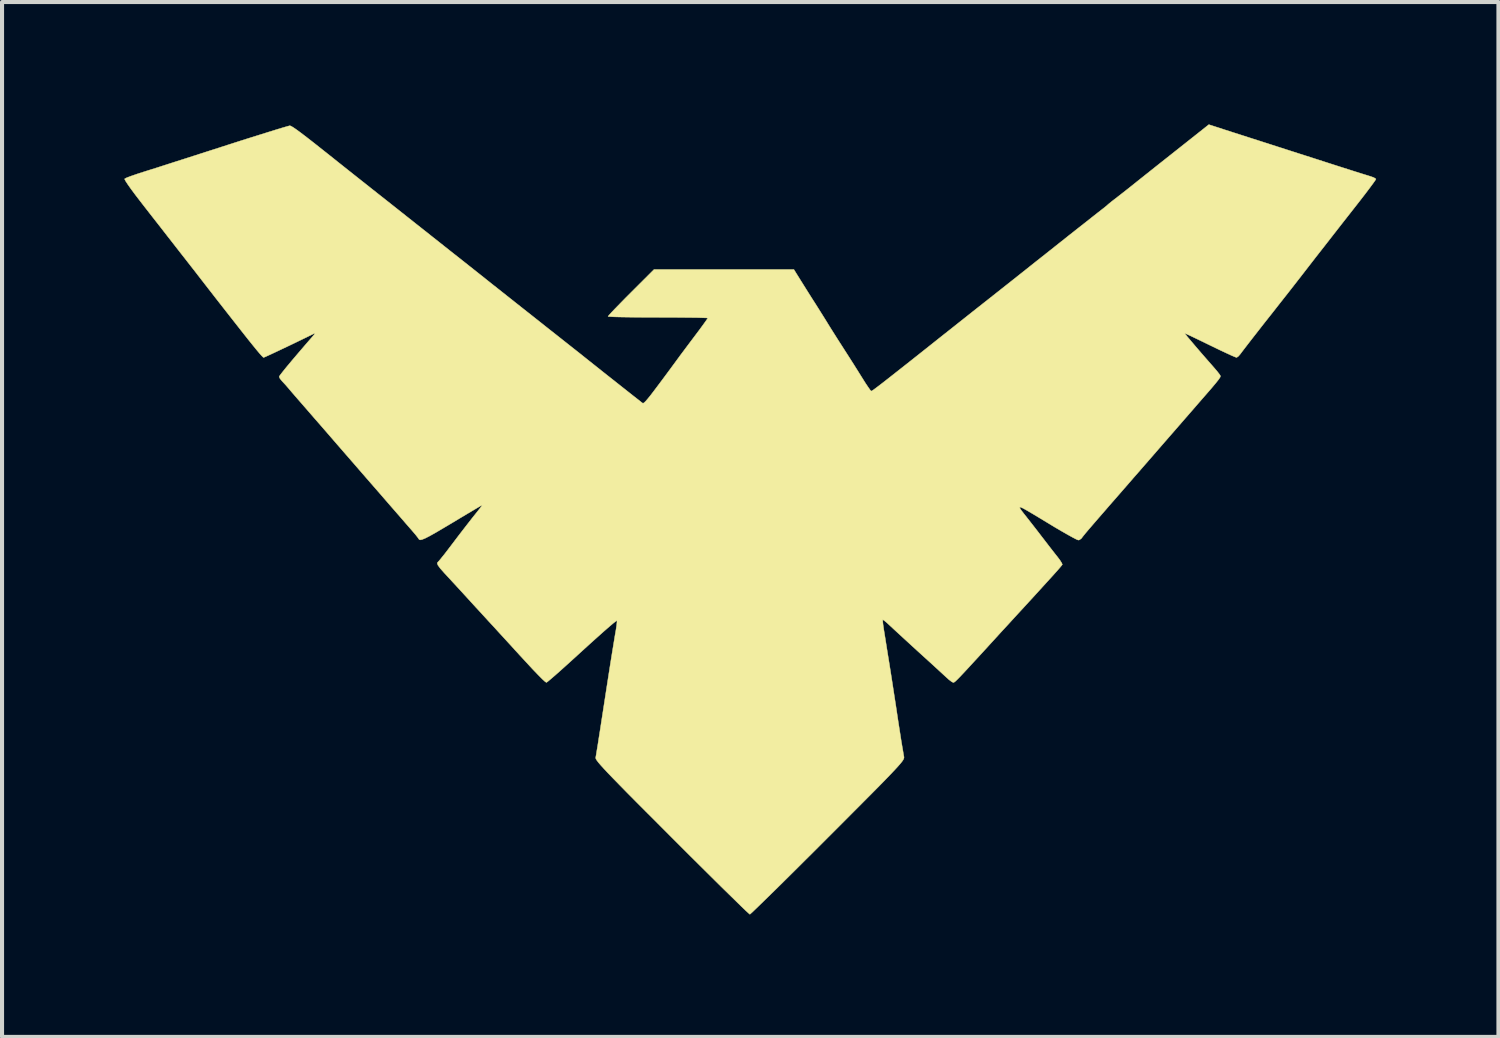
<source format=kicad_pcb>
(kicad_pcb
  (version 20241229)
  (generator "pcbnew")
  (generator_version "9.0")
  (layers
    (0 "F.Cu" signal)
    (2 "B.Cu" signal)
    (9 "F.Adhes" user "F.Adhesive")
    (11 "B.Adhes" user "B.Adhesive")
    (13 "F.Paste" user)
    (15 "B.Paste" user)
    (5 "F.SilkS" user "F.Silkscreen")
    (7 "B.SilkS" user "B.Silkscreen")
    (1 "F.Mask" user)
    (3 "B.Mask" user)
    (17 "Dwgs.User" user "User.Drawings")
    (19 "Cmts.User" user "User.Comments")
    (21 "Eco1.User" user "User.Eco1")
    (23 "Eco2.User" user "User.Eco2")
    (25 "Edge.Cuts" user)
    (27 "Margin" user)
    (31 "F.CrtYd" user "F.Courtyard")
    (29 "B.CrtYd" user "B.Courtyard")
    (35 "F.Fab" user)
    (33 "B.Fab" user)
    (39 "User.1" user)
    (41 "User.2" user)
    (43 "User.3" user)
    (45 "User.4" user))
  (footprint "nightwing"
    (layer "F.Cu")
    (at 15.288 9.367)
    (property "Reference" "nightwing" (at 0 0 0) (layer "F.SilkS") (effects (font (size 1.524 1.524) (thickness 0.3))))
    (attr through_hole)
    (fp_poly (pts (xy 11.485 -9.303) (xy 11.563 -9.278) (xy 11.691 -9.236) (xy 11.861 -9.181) (xy 12.062 -9.117) (xy 12.285 -9.045) (xy 12.52 -8.97) (xy 12.557 -8.958) (xy 12.843 -8.866) (xy 13.164 -8.763) (xy 13.499 -8.655) (xy 13.828 -8.55) (xy 14.129 -8.453) (xy 14.287 -8.402) (xy 14.515 -8.329) (xy 14.728 -8.261) (xy 14.92 -8.2) (xy 15.079 -8.15) (xy 15.196 -8.114) (xy 15.263 -8.093) (xy 15.264 -8.093) (xy 15.345 -8.064) (xy 15.393 -8.035) (xy 15.399 -8.025) (xy 15.38 -7.993) (xy 15.327 -7.918) (xy 15.245 -7.807) (xy 15.139 -7.667) (xy 15.015 -7.506) (xy 14.897 -7.355) (xy 14.719 -7.128) (xy 14.527 -6.883) (xy 14.329 -6.629) (xy 14.132 -6.376) (xy 13.943 -6.135) (xy 13.772 -5.914) (xy 13.624 -5.723) (xy 13.51 -5.576) (xy 13.473 -5.529) (xy 13.434 -5.478) (xy 13.386 -5.417) (xy 13.327 -5.341) (xy 13.251 -5.244) (xy 13.154 -5.121) (xy 13.032 -4.966) (xy 12.881 -4.773) (xy 12.695 -4.538) (xy 12.636 -4.463) (xy 12.498 -4.286) (xy 12.369 -4.121) (xy 12.256 -3.975) (xy 12.166 -3.858) (xy 12.104 -3.777) (xy 12.081 -3.745) (xy 12.029 -3.683) (xy 11.985 -3.652) (xy 11.981 -3.652) (xy 11.943 -3.665) (xy 11.856 -3.702) (xy 11.731 -3.76) (xy 11.575 -3.833) (xy 11.398 -3.919) (xy 11.331 -3.951) (xy 11.151 -4.039) (xy 10.991 -4.116) (xy 10.859 -4.179) (xy 10.765 -4.222) (xy 10.716 -4.243) (xy 10.711 -4.245) (xy 10.729 -4.219) (xy 10.782 -4.153) (xy 10.867 -4.053) (xy 10.976 -3.924) (xy 11.104 -3.775) (xy 11.246 -3.612) (xy 11.396 -3.441) (xy 11.434 -3.397) (xy 11.509 -3.309) (xy 11.564 -3.238) (xy 11.588 -3.198) (xy 11.589 -3.196) (xy 11.577 -3.164) (xy 11.539 -3.108) (xy 11.469 -3.02) (xy 11.364 -2.895) (xy 11.307 -2.829) (xy 11.245 -2.758) (xy 11.151 -2.65) (xy 11.03 -2.511) (xy 10.888 -2.347) (xy 10.731 -2.167) (xy 10.566 -1.977) (xy 10.399 -1.785) (xy 10.235 -1.597) (xy 10.082 -1.421) (xy 9.945 -1.263) (xy 9.83 -1.131) (xy 9.743 -1.031) (xy 9.692 -0.972) (xy 9.688 -0.968) (xy 9.63 -0.901) (xy 9.545 -0.803) (xy 9.446 -0.691) (xy 9.398 -0.635) (xy 9.266 -0.483) (xy 9.165 -0.367) (xy 9.084 -0.274) (xy 9.011 -0.19) (xy 8.936 -0.105) (xy 8.848 -0.004) (xy 8.775 0.081) (xy 8.599 0.283) (xy 8.46 0.444) (xy 8.355 0.566) (xy 8.278 0.657) (xy 8.227 0.72) (xy 8.195 0.761) (xy 8.182 0.781) (xy 8.131 0.82) (xy 8.102 0.826) (xy 8.06 0.81) (xy 7.973 0.765) (xy 7.848 0.696) (xy 7.694 0.608) (xy 7.52 0.506) (xy 7.413 0.441) (xy 7.175 0.297) (xy 6.987 0.184) (xy 6.846 0.101) (xy 6.748 0.046) (xy 6.688 0.02) (xy 6.664 0.021) (xy 6.671 0.047) (xy 6.704 0.097) (xy 6.761 0.171) (xy 6.837 0.267) (xy 6.847 0.28) (xy 6.964 0.429) (xy 7.087 0.587) (xy 7.199 0.733) (xy 7.271 0.826) (xy 7.371 0.957) (xy 7.477 1.093) (xy 7.568 1.209) (xy 7.583 1.227) (xy 7.65 1.316) (xy 7.695 1.387) (xy 7.71 1.425) (xy 7.71 1.425) (xy 7.685 1.458) (xy 7.627 1.527) (xy 7.543 1.622) (xy 7.445 1.731) (xy 7.337 1.849) (xy 7.238 1.958) (xy 7.159 2.045) (xy 7.116 2.092) (xy 7.066 2.147) (xy 6.984 2.237) (xy 6.881 2.349) (xy 6.769 2.471) (xy 6.764 2.477) (xy 6.663 2.586) (xy 6.529 2.732) (xy 6.372 2.904) (xy 6.201 3.089) (xy 6.028 3.279) (xy 5.92 3.397) (xy 5.707 3.63) (xy 5.532 3.82) (xy 5.393 3.971) (xy 5.283 4.089) (xy 5.2 4.177) (xy 5.139 4.239) (xy 5.097 4.28) (xy 5.068 4.304) (xy 5.049 4.315) (xy 5.036 4.318) (xy 5.035 4.318) (xy 4.994 4.297) (xy 4.926 4.245) (xy 4.874 4.198) (xy 4.813 4.142) (xy 4.714 4.051) (xy 4.586 3.933) (xy 4.437 3.797) (xy 4.276 3.651) (xy 4.207 3.588) (xy 4.04 3.436) (xy 3.878 3.287) (xy 3.73 3.151) (xy 3.606 3.037) (xy 3.516 2.953) (xy 3.493 2.932) (xy 3.409 2.854) (xy 3.344 2.8) (xy 3.31 2.778) (xy 3.307 2.778) (xy 3.306 2.813) (xy 3.314 2.893) (xy 3.33 3.002) (xy 3.33 3.006) (xy 3.347 3.109) (xy 3.371 3.259) (xy 3.4 3.442) (xy 3.432 3.643) (xy 3.46 3.814) (xy 3.498 4.052) (xy 3.541 4.327) (xy 3.585 4.613) (xy 3.627 4.884) (xy 3.65 5.037) (xy 3.681 5.244) (xy 3.712 5.443) (xy 3.74 5.621) (xy 3.762 5.763) (xy 3.778 5.856) (xy 3.778 5.858) (xy 3.799 5.979) (xy 3.817 6.088) (xy 3.827 6.142) (xy 3.828 6.161) (xy 3.822 6.184) (xy 3.808 6.213) (xy 3.782 6.252) (xy 3.741 6.303) (xy 3.683 6.37) (xy 3.605 6.455) (xy 3.504 6.562) (xy 3.377 6.694) (xy 3.222 6.853) (xy 3.035 7.042) (xy 2.814 7.264) (xy 2.556 7.523) (xy 2.259 7.821) (xy 1.961 8.119) (xy 1.675 8.406) (xy 1.4 8.679) (xy 1.142 8.936) (xy 0.903 9.173) (xy 0.686 9.387) (xy 0.495 9.574) (xy 0.334 9.731) (xy 0.205 9.856) (xy 0.113 9.944) (xy 0.059 9.993) (xy 0.048 10.001) (xy 0.021 9.979) (xy -0.048 9.916) (xy -0.154 9.814) (xy -0.295 9.676) (xy -0.468 9.507) (xy -0.669 9.31) (xy -0.894 9.087) (xy -1.141 8.842) (xy -1.406 8.579) (xy -1.685 8.3) (xy -1.868 8.117) (xy -2.205 7.779) (xy -2.501 7.483) (xy -2.757 7.226) (xy -2.976 7.005) (xy -3.16 6.817) (xy -3.313 6.66) (xy -3.438 6.53) (xy -3.536 6.425) (xy -3.611 6.342) (xy -3.666 6.278) (xy -3.702 6.23) (xy -3.724 6.195) (xy -3.732 6.171) (xy -3.732 6.157) (xy -3.723 6.107) (xy -3.706 6.002) (xy -3.681 5.852) (xy -3.652 5.665) (xy -3.618 5.45) (xy -3.582 5.214) (xy -3.571 5.144) (xy -3.5 4.684) (xy -3.436 4.27) (xy -3.379 3.905) (xy -3.329 3.593) (xy -3.287 3.335) (xy -3.254 3.134) (xy -3.235 3.026) (xy -3.219 2.919) (xy -3.21 2.836) (xy -3.211 2.8) (xy -3.236 2.814) (xy -3.303 2.866) (xy -3.405 2.953) (xy -3.538 3.069) (xy -3.696 3.21) (xy -3.875 3.371) (xy -4.064 3.543) (xy -4.259 3.721) (xy -4.439 3.884) (xy -4.6 4.029) (xy -4.736 4.149) (xy -4.842 4.24) (xy -4.912 4.298) (xy -4.94 4.317) (xy -4.972 4.297) (xy -5.04 4.235) (xy -5.144 4.13) (xy -5.287 3.981) (xy -5.468 3.785) (xy -5.604 3.638) (xy -5.635 3.603) (xy -5.702 3.531) (xy -5.794 3.429) (xy -5.905 3.308) (xy -5.969 3.238) (xy -6.085 3.112) (xy -6.185 3.002) (xy -6.262 2.918) (xy -6.309 2.868) (xy -6.318 2.857) (xy -6.344 2.83) (xy -6.405 2.763) (xy -6.493 2.667) (xy -6.601 2.549) (xy -6.668 2.477) (xy -6.845 2.283) (xy -6.991 2.123) (xy -7.117 1.986) (xy -7.235 1.858) (xy -7.355 1.728) (xy -7.441 1.635) (xy -7.544 1.519) (xy -7.602 1.439) (xy -7.618 1.388) (xy -7.597 1.36) (xy -7.596 1.36) (xy -7.57 1.332) (xy -7.513 1.262) (xy -7.431 1.16) (xy -7.334 1.033) (xy -7.273 0.953) (xy -7.079 0.697) (xy -6.913 0.482) (xy -6.766 0.293) (xy -6.628 0.12) (xy -6.602 0.087) (xy -6.548 0.019) (xy -6.519 -0.024) (xy -6.517 -0.032) (xy -6.546 -0.016) (xy -6.623 0.028) (xy -6.739 0.097) (xy -6.888 0.185) (xy -7.062 0.289) (xy -7.241 0.397) (xy -7.475 0.536) (xy -7.66 0.645) (xy -7.803 0.725) (xy -7.908 0.779) (xy -7.983 0.81) (xy -8.031 0.821) (xy -8.059 0.813) (xy -8.07 0.798) (xy -8.095 0.762) (xy -8.15 0.692) (xy -8.226 0.603) (xy -8.243 0.583) (xy -8.294 0.525) (xy -8.382 0.424) (xy -8.503 0.284) (xy -8.653 0.112) (xy -8.827 -0.088) (xy -9.021 -0.312) (xy -9.231 -0.553) (xy -9.452 -0.807) (xy -9.619 -1) (xy -9.846 -1.261) (xy -10.064 -1.512) (xy -10.27 -1.75) (xy -10.459 -1.968) (xy -10.628 -2.161) (xy -10.77 -2.325) (xy -10.883 -2.455) (xy -10.962 -2.546) (xy -10.996 -2.585) (xy -11.091 -2.694) (xy -11.183 -2.801) (xy -11.254 -2.884) (xy -11.255 -2.886) (xy -11.331 -2.974) (xy -11.405 -3.054) (xy -11.422 -3.072) (xy -11.472 -3.133) (xy -11.493 -3.179) (xy -11.493 -3.18) (xy -11.473 -3.215) (xy -11.412 -3.294) (xy -11.315 -3.415) (xy -11.183 -3.573) (xy -11.019 -3.766) (xy -10.826 -3.991) (xy -10.655 -4.188) (xy -10.619 -4.235) (xy -10.617 -4.25) (xy -10.62 -4.248) (xy -10.707 -4.204) (xy -10.83 -4.144) (xy -10.977 -4.073) (xy -11.14 -3.994) (xy -11.307 -3.914) (xy -11.47 -3.837) (xy -11.618 -3.767) (xy -11.741 -3.71) (xy -11.829 -3.67) (xy -11.872 -3.652) (xy -11.874 -3.651) (xy -11.89 -3.662) (xy -11.923 -3.695) (xy -11.975 -3.753) (xy -12.047 -3.839) (xy -12.142 -3.956) (xy -12.262 -4.105) (xy -12.408 -4.29) (xy -12.584 -4.514) (xy -12.791 -4.778) (xy -13.032 -5.086) (xy -13.307 -5.44) (xy -13.494 -5.681) (xy -13.557 -5.763) (xy -13.652 -5.884) (xy -13.768 -6.033) (xy -13.898 -6.199) (xy -14.033 -6.372) (xy -14.055 -6.401) (xy -14.218 -6.609) (xy -14.402 -6.846) (xy -14.593 -7.09) (xy -14.774 -7.322) (xy -14.891 -7.473) (xy -15.013 -7.632) (xy -15.119 -7.774) (xy -15.202 -7.892) (xy -15.259 -7.979) (xy -15.283 -8.026) (xy -15.282 -8.032) (xy -15.234 -8.058) (xy -15.129 -8.098) (xy -14.967 -8.154) (xy -14.745 -8.225) (xy -14.7 -8.239) (xy -14.624 -8.263) (xy -14.493 -8.304) (xy -14.316 -8.361) (xy -14.099 -8.431) (xy -13.848 -8.511) (xy -13.571 -8.6) (xy -13.273 -8.696) (xy -12.963 -8.795) (xy -12.875 -8.824) (xy -12.57 -8.922) (xy -12.282 -9.014) (xy -12.016 -9.097) (xy -11.78 -9.171) (xy -11.578 -9.234) (xy -11.417 -9.283) (xy -11.303 -9.316) (xy -11.24 -9.333) (xy -11.231 -9.335) (xy -11.203 -9.325) (xy -11.151 -9.295) (xy -11.072 -9.241) (xy -10.963 -9.161) (xy -10.82 -9.052) (xy -10.639 -8.911) (xy -10.418 -8.736) (xy -10.152 -8.525) (xy -10.069 -8.458) (xy -9.969 -8.379) (xy -9.832 -8.27) (xy -9.668 -8.14) (xy -9.49 -7.999) (xy -9.309 -7.856) (xy -9.268 -7.823) (xy -9.087 -7.68) (xy -8.869 -7.508) (xy -8.63 -7.319) (xy -8.384 -7.124) (xy -8.144 -6.934) (xy -7.968 -6.795) (xy -7.755 -6.626) (xy -7.536 -6.453) (xy -7.322 -6.283) (xy -7.124 -6.127) (xy -6.953 -5.992) (xy -6.827 -5.892) (xy -6.543 -5.667) (xy -6.301 -5.474) (xy -6.092 -5.309) (xy -5.908 -5.163) (xy -5.741 -5.031) (xy -5.582 -4.905) (xy -5.424 -4.78) (xy -5.259 -4.65) (xy -5.077 -4.506) (xy -4.94 -4.397) (xy -4.733 -4.234) (xy -4.523 -4.068) (xy -4.322 -3.909) (xy -4.138 -3.764) (xy -3.984 -3.641) (xy -3.877 -3.556) (xy -3.751 -3.456) (xy -3.602 -3.337) (xy -3.439 -3.208) (xy -3.269 -3.074) (xy -3.101 -2.941) (xy -2.944 -2.817) (xy -2.805 -2.707) (xy -2.692 -2.619) (xy -2.614 -2.557) (xy -2.581 -2.532) (xy -2.567 -2.53) (xy -2.545 -2.543) (xy -2.511 -2.575) (xy -2.462 -2.631) (xy -2.395 -2.713) (xy -2.307 -2.828) (xy -2.194 -2.978) (xy -2.053 -3.167) (xy -1.88 -3.401) (xy -1.708 -3.635) (xy -1.657 -3.705) (xy -1.576 -3.813) (xy -1.476 -3.947) (xy -1.364 -4.096) (xy -1.3 -4.181) (xy -1.194 -4.322) (xy -1.104 -4.445) (xy -1.035 -4.541) (xy -0.993 -4.601) (xy -0.984 -4.618) (xy -1.015 -4.622) (xy -1.102 -4.625) (xy -1.239 -4.629) (xy -1.419 -4.631) (xy -1.635 -4.633) (xy -1.881 -4.635) (xy -2.148 -4.635) (xy -2.207 -4.636) (xy -2.478 -4.636) (xy -2.729 -4.638) (xy -2.952 -4.641) (xy -3.14 -4.644) (xy -3.286 -4.648) (xy -3.385 -4.653) (xy -3.428 -4.658) (xy -3.429 -4.66) (xy -3.407 -4.688) (xy -3.347 -4.754) (xy -3.253 -4.853) (xy -3.132 -4.977) (xy -2.991 -5.121) (xy -2.865 -5.247) (xy -2.301 -5.81) (xy -0.587 -5.81) (xy 1.127 -5.81) (xy 1.28 -5.564) (xy 1.364 -5.43) (xy 1.466 -5.267) (xy 1.572 -5.099) (xy 1.635 -5.001) (xy 1.731 -4.849) (xy 1.829 -4.693) (xy 1.916 -4.554) (xy 1.963 -4.477) (xy 2.028 -4.372) (xy 2.117 -4.231) (xy 2.218 -4.071) (xy 2.323 -3.908) (xy 2.345 -3.873) (xy 2.458 -3.697) (xy 2.581 -3.504) (xy 2.698 -3.318) (xy 2.796 -3.161) (xy 2.801 -3.153) (xy 2.88 -3.027) (xy 2.949 -2.924) (xy 2.999 -2.853) (xy 3.025 -2.827) (xy 3.025 -2.827) (xy 3.038 -2.833) (xy 3.068 -2.851) (xy 3.116 -2.886) (xy 3.188 -2.94) (xy 3.286 -3.015) (xy 3.413 -3.114) (xy 3.573 -3.24) (xy 3.77 -3.395) (xy 4.007 -3.582) (xy 4.287 -3.804) (xy 4.554 -4.016) (xy 4.755 -4.176) (xy 4.964 -4.341) (xy 5.168 -4.503) (xy 5.355 -4.651) (xy 5.511 -4.775) (xy 5.573 -4.824) (xy 5.961 -5.13) (xy 6.381 -5.462) (xy 6.815 -5.806) (xy 7.08 -6.017) (xy 7.361 -6.239) (xy 7.628 -6.451) (xy 7.876 -6.648) (xy 8.101 -6.825) (xy 8.298 -6.98) (xy 8.46 -7.108) (xy 8.583 -7.205) (xy 8.663 -7.267) (xy 8.668 -7.271) (xy 8.749 -7.334) (xy 8.807 -7.382) (xy 8.826 -7.4) (xy 8.859 -7.428) (xy 8.926 -7.482) (xy 8.992 -7.533) (xy 9.08 -7.601) (xy 9.199 -7.694) (xy 9.334 -7.8) (xy 9.437 -7.882) (xy 9.538 -7.963) (xy 9.68 -8.076) (xy 9.852 -8.213) (xy 10.047 -8.368) (xy 10.254 -8.532) (xy 10.465 -8.699) (xy 10.517 -8.74) (xy 11.302 -9.362) (xy 11.485 -9.303)) (stroke (width 0.01) (type solid)) (fill yes) (layer "F.SilkS")))
  (gr_rect
    (start -3 -3)
    (end 33.691 22.374)
    (stroke (width 0.1) (type default))
    (fill no)
    (layer "Edge.Cuts")))
</source>
